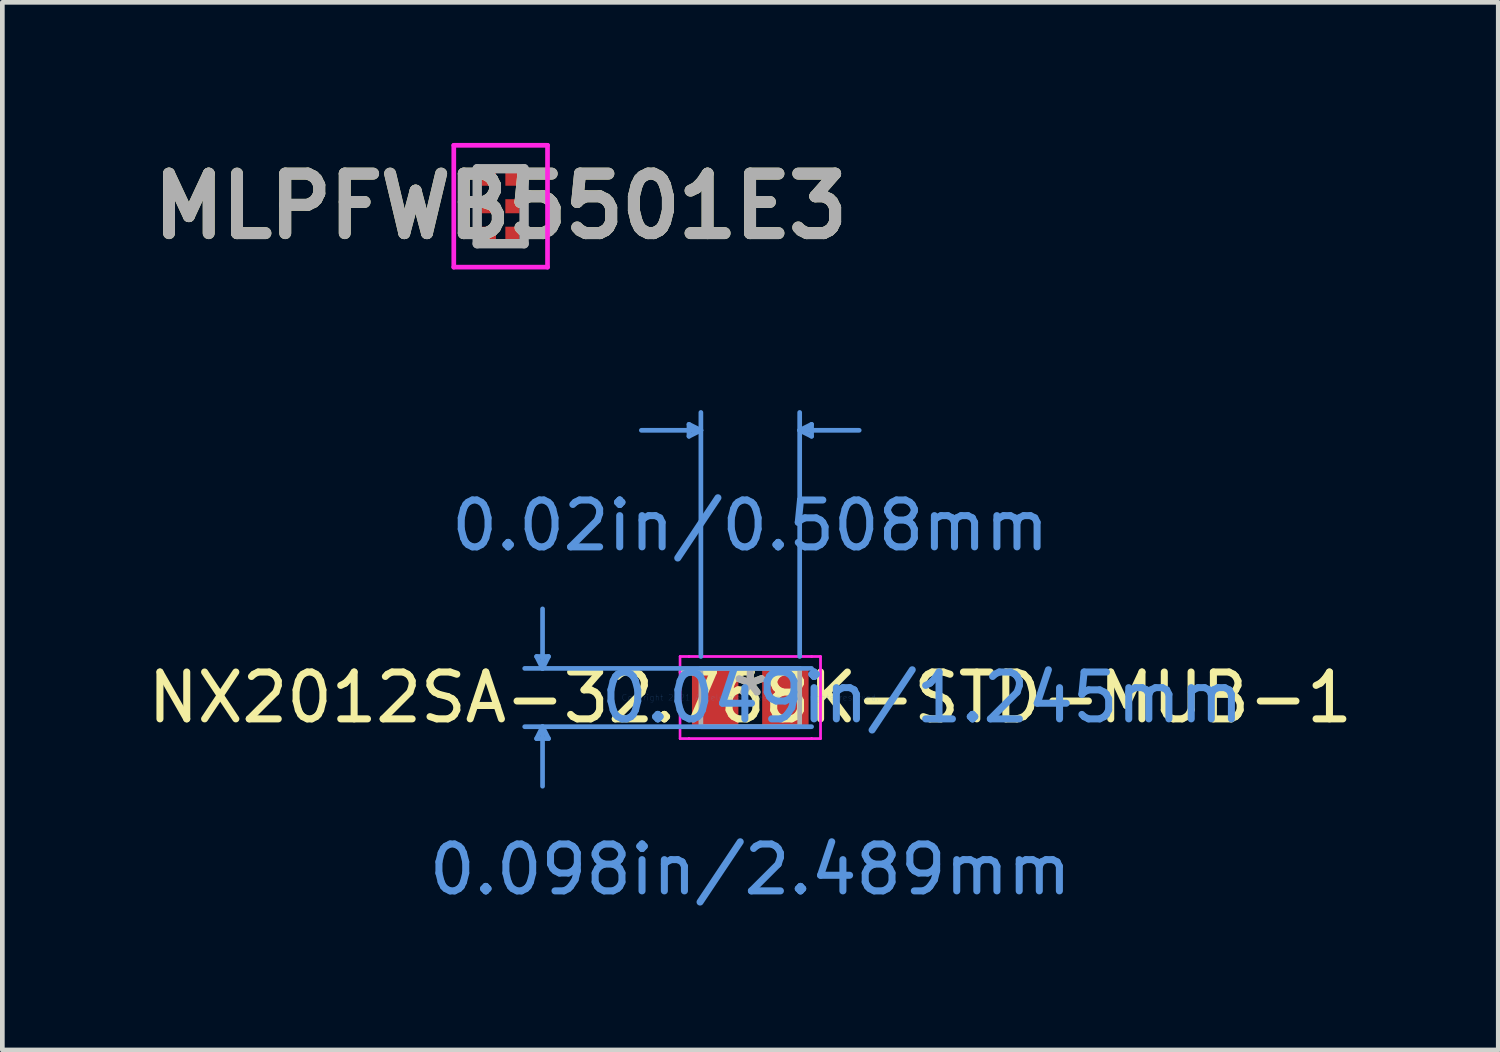
<source format=kicad_pcb>
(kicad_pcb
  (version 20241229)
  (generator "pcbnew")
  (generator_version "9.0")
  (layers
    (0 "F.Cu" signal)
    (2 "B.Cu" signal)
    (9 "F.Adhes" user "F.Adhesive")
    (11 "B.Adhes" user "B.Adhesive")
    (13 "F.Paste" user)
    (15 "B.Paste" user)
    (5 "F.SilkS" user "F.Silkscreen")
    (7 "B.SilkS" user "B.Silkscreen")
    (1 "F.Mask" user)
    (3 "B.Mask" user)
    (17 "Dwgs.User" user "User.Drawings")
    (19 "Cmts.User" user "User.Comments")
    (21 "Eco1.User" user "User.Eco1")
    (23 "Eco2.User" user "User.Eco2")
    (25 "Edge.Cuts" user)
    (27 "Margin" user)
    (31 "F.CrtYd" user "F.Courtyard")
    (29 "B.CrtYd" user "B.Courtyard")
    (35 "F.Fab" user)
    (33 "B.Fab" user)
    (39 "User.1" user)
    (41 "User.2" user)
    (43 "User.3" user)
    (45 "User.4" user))
  (footprint "MLPFWB5501E3"
    (layer "F.Cu")
    (at 7.632 1.35)
    (property "Reference" "MLPFWB5501E3" (at 0 0 0) (layer "F.SilkS") (effects (font (size 1.27 1.27) (thickness 0.254))))
    (attr smd)
    (fp_line (start -0.8 -0.65) (end -0.8 -0.65) (stroke (width 0.1) (type solid)) (layer "F.SilkS"))
    (fp_line (start -0.8 -0.55) (end -0.8 -0.55) (stroke (width 0.1) (type solid)) (layer "F.SilkS"))
    (fp_arc (start -0.8 -0.65) (mid -0.75 -0.6) (end -0.8 -0.55) (stroke (width 0.1) (type solid)) (layer "F.SilkS"))
    (fp_arc (start -0.8 -0.55) (mid -0.85 -0.6) (end -0.8 -0.65) (stroke (width 0.1) (type solid)) (layer "F.SilkS"))
    (fp_line (start -1 -1.3) (end 1 -1.3) (stroke (width 0.1) (type solid)) (layer "F.CrtYd"))
    (fp_line (start -1 1.3) (end -1 -1.3) (stroke (width 0.1) (type solid)) (layer "F.CrtYd"))
    (fp_line (start 1 -1.3) (end 1 1.3) (stroke (width 0.1) (type solid)) (layer "F.CrtYd"))
    (fp_line (start 1 1.3) (end -1 1.3) (stroke (width 0.1) (type solid)) (layer "F.CrtYd"))
    (fp_line (start -0.5 -0.8) (end 0.5 -0.8) (stroke (width 0.2) (type solid)) (layer "F.Fab"))
    (fp_line (start -0.5 0.8) (end -0.5 -0.8) (stroke (width 0.2) (type solid)) (layer "F.Fab"))
    (fp_line (start 0.5 -0.8) (end 0.5 0.8) (stroke (width 0.2) (type solid)) (layer "F.Fab"))
    (fp_line (start 0.5 0.8) (end -0.5 0.8) (stroke (width 0.2) (type solid)) (layer "F.Fab"))
    (fp_text user "${REFERENCE}" (at 0 0 0) (layer "F.Fab") (effects (font (size 1.27 1.27) (thickness 0.254))))
    (pad "1" smd rect (at -0.25 -0.587 90) (size 0.3 0.3) (layers "F.Cu" "F.Mask" "F.Paste"))
    (pad "2" smd rect (at -0.25 0 90) (size 0.3 0.3) (layers "F.Cu" "F.Mask" "F.Paste"))
    (pad "3" smd rect (at -0.25 0.587 90) (size 0.3 0.3) (layers "F.Cu" "F.Mask" "F.Paste"))
    (pad "4" smd rect (at 0.25 0.587 90) (size 0.3 0.3) (layers "F.Cu" "F.Mask" "F.Paste"))
    (pad "5" smd rect (at 0.25 0 90) (size 0.3 0.3) (layers "F.Cu" "F.Mask" "F.Paste"))
    (pad "6" smd rect (at 0.25 -0.587 90) (size 0.3 0.3) (layers "F.Cu" "F.Mask" "F.Paste")))
  (footprint "NX2012SA-32.768K-STD-MUB-1"
    (layer "F.Cu")
    (at 12.958 11.833)
    (property "Reference" "NX2012SA-32.768K-STD-MUB-1" (at 0 0 0) (layer "F.SilkS") (effects (font (size 1 1) (thickness 0.15))))
    (attr through_hole)
    (fp_line (start -4.559 -0.876) (end -4.305 -0.876) (stroke (width 0.1) (type solid)) (layer "Cmts.User"))
    (fp_line (start -4.559 0.876) (end -4.305 0.876) (stroke (width 0.1) (type solid)) (layer "Cmts.User"))
    (fp_line (start -4.432 -0.622) (end -4.559 -0.876) (stroke (width 0.1) (type solid)) (layer "Cmts.User"))
    (fp_line (start -4.432 -0.622) (end -4.432 -1.892) (stroke (width 0.1) (type solid)) (layer "Cmts.User"))
    (fp_line (start -4.432 -0.622) (end -4.305 -0.876) (stroke (width 0.1) (type solid)) (layer "Cmts.User"))
    (fp_line (start -4.432 0.622) (end -4.559 0.876) (stroke (width 0.1) (type solid)) (layer "Cmts.User"))
    (fp_line (start -4.432 0.622) (end -4.432 1.892) (stroke (width 0.1) (type solid)) (layer "Cmts.User"))
    (fp_line (start -4.432 0.622) (end -4.305 0.876) (stroke (width 0.1) (type solid)) (layer "Cmts.User"))
    (fp_line (start -1.308 -5.829) (end -1.308 -5.575) (stroke (width 0.1) (type solid)) (layer "Cmts.User"))
    (fp_line (start -1.054 -5.702) (end -2.324 -5.702) (stroke (width 0.1) (type solid)) (layer "Cmts.User"))
    (fp_line (start -1.054 -5.702) (end -1.308 -5.829) (stroke (width 0.1) (type solid)) (layer "Cmts.User"))
    (fp_line (start -1.054 -5.702) (end -1.308 -5.575) (stroke (width 0.1) (type solid)) (layer "Cmts.User"))
    (fp_line (start -1.054 -0.876) (end -1.054 -6.083) (stroke (width 0.1) (type solid)) (layer "Cmts.User"))
    (fp_line (start 1.054 -5.702) (end 1.308 -5.829) (stroke (width 0.1) (type solid)) (layer "Cmts.User"))
    (fp_line (start 1.054 -5.702) (end 1.308 -5.575) (stroke (width 0.1) (type solid)) (layer "Cmts.User"))
    (fp_line (start 1.054 -5.702) (end 2.324 -5.702) (stroke (width 0.1) (type solid)) (layer "Cmts.User"))
    (fp_line (start 1.054 -0.876) (end 1.054 -6.083) (stroke (width 0.1) (type solid)) (layer "Cmts.User"))
    (fp_line (start 1.308 -5.829) (end 1.308 -5.575) (stroke (width 0.1) (type solid)) (layer "Cmts.User"))
    (fp_line (start 1.308 -0.622) (end -4.813 -0.622) (stroke (width 0.1) (type solid)) (layer "Cmts.User"))
    (fp_line (start 1.308 0.622) (end -4.813 0.622) (stroke (width 0.1) (type solid)) (layer "Cmts.User"))
    (fp_line (start -1.499 -0.876) (end -1.308 -0.876) (stroke (width 0.05) (type solid)) (layer "F.CrtYd"))
    (fp_line (start -1.499 -0.876) (end -1.308 -0.876) (stroke (width 0.05) (type solid)) (layer "F.CrtYd"))
    (fp_line (start -1.499 0.876) (end -1.499 -0.876) (stroke (width 0.05) (type solid)) (layer "F.CrtYd"))
    (fp_line (start -1.499 0.876) (end -1.499 -0.876) (stroke (width 0.05) (type solid)) (layer "F.CrtYd"))
    (fp_line (start -1.308 -0.876) (end -1.308 -0.876) (stroke (width 0.05) (type solid)) (layer "F.CrtYd"))
    (fp_line (start -1.308 -0.876) (end -1.308 -0.876) (stroke (width 0.05) (type solid)) (layer "F.CrtYd"))
    (fp_line (start -1.308 -0.876) (end 1.308 -0.876) (stroke (width 0.05) (type solid)) (layer "F.CrtYd"))
    (fp_line (start -1.308 -0.876) (end 1.308 -0.876) (stroke (width 0.05) (type solid)) (layer "F.CrtYd"))
    (fp_line (start -1.308 0.876) (end -1.499 0.876) (stroke (width 0.05) (type solid)) (layer "F.CrtYd"))
    (fp_line (start -1.308 0.876) (end -1.499 0.876) (stroke (width 0.05) (type solid)) (layer "F.CrtYd"))
    (fp_line (start -1.308 0.876) (end -1.308 0.876) (stroke (width 0.05) (type solid)) (layer "F.CrtYd"))
    (fp_line (start -1.308 0.876) (end -1.308 0.876) (stroke (width 0.05) (type solid)) (layer "F.CrtYd"))
    (fp_line (start 1.308 -0.876) (end 1.308 -0.876) (stroke (width 0.05) (type solid)) (layer "F.CrtYd"))
    (fp_line (start 1.308 -0.876) (end 1.308 -0.876) (stroke (width 0.05) (type solid)) (layer "F.CrtYd"))
    (fp_line (start 1.308 -0.876) (end 1.499 -0.876) (stroke (width 0.05) (type solid)) (layer "F.CrtYd"))
    (fp_line (start 1.308 -0.876) (end 1.499 -0.876) (stroke (width 0.05) (type solid)) (layer "F.CrtYd"))
    (fp_line (start 1.308 0.876) (end -1.308 0.876) (stroke (width 0.05) (type solid)) (layer "F.CrtYd"))
    (fp_line (start 1.308 0.876) (end -1.308 0.876) (stroke (width 0.05) (type solid)) (layer "F.CrtYd"))
    (fp_line (start 1.308 0.876) (end 1.308 0.876) (stroke (width 0.05) (type solid)) (layer "F.CrtYd"))
    (fp_line (start 1.308 0.876) (end 1.308 0.876) (stroke (width 0.05) (type solid)) (layer "F.CrtYd"))
    (fp_line (start 1.499 -0.876) (end 1.499 0.876) (stroke (width 0.05) (type solid)) (layer "F.CrtYd"))
    (fp_line (start 1.499 -0.876) (end 1.499 0.876) (stroke (width 0.05) (type solid)) (layer "F.CrtYd"))
    (fp_line (start 1.499 0.876) (end 1.308 0.876) (stroke (width 0.05) (type solid)) (layer "F.CrtYd"))
    (fp_line (start 1.499 0.876) (end 1.308 0.876) (stroke (width 0.05) (type solid)) (layer "F.CrtYd"))
    (fp_line (start -1.054 -0.622) (end -1.054 0.622) (stroke (width 0.1) (type solid)) (layer "F.Fab"))
    (fp_line (start -1.054 0.622) (end 1.054 0.622) (stroke (width 0.1) (type solid)) (layer "F.Fab"))
    (fp_line (start 1.054 -0.622) (end -1.054 -0.622) (stroke (width 0.1) (type solid)) (layer "F.Fab"))
    (fp_line (start 1.054 0.622) (end 1.054 -0.622) (stroke (width 0.1) (type solid)) (layer "F.Fab"))
    (fp_text user "*" (at 0 0 0) (layer "F.SilkS") (effects (font (size 1 1) (thickness 0.15))))
    (fp_text user "0.098in/2.489mm" (at 0 3.67 0) (layer "Cmts.User") (effects (font (size 1 1) (thickness 0.15))))
    (fp_text user "0.049in/1.245mm" (at 3.67 0 0) (layer "Cmts.User") (effects (font (size 1 1) (thickness 0.15))))
    (fp_text user "Copyright 2021 Accelerated Designs. All rights reserved." (at 0 0 0) (layer "Cmts.User") (effects (font (size 0.127 0.127) (thickness 0.002))))
    (fp_text user "0.02in/0.508mm" (at 0 -3.67 0) (layer "Cmts.User") (effects (font (size 1 1) (thickness 0.15))))
    (fp_text user "*" (at 0 0 0) (layer "F.Fab") (effects (font (size 1 1) (thickness 0.15))))
    (pad "1" smd rect (at -0.749 0) (size 0.991 1.245) (layers "F.Cu" "F.Mask" "F.Paste"))
    (pad "2" smd rect (at 0.749 0) (size 0.991 1.245) (layers "F.Cu" "F.Mask" "F.Paste")))
  (gr_rect
    (start -3 -3)
    (end 28.917 19.352)
    (stroke (width 0.1) (type default))
    (fill no)
    (layer "Edge.Cuts")))
</source>
